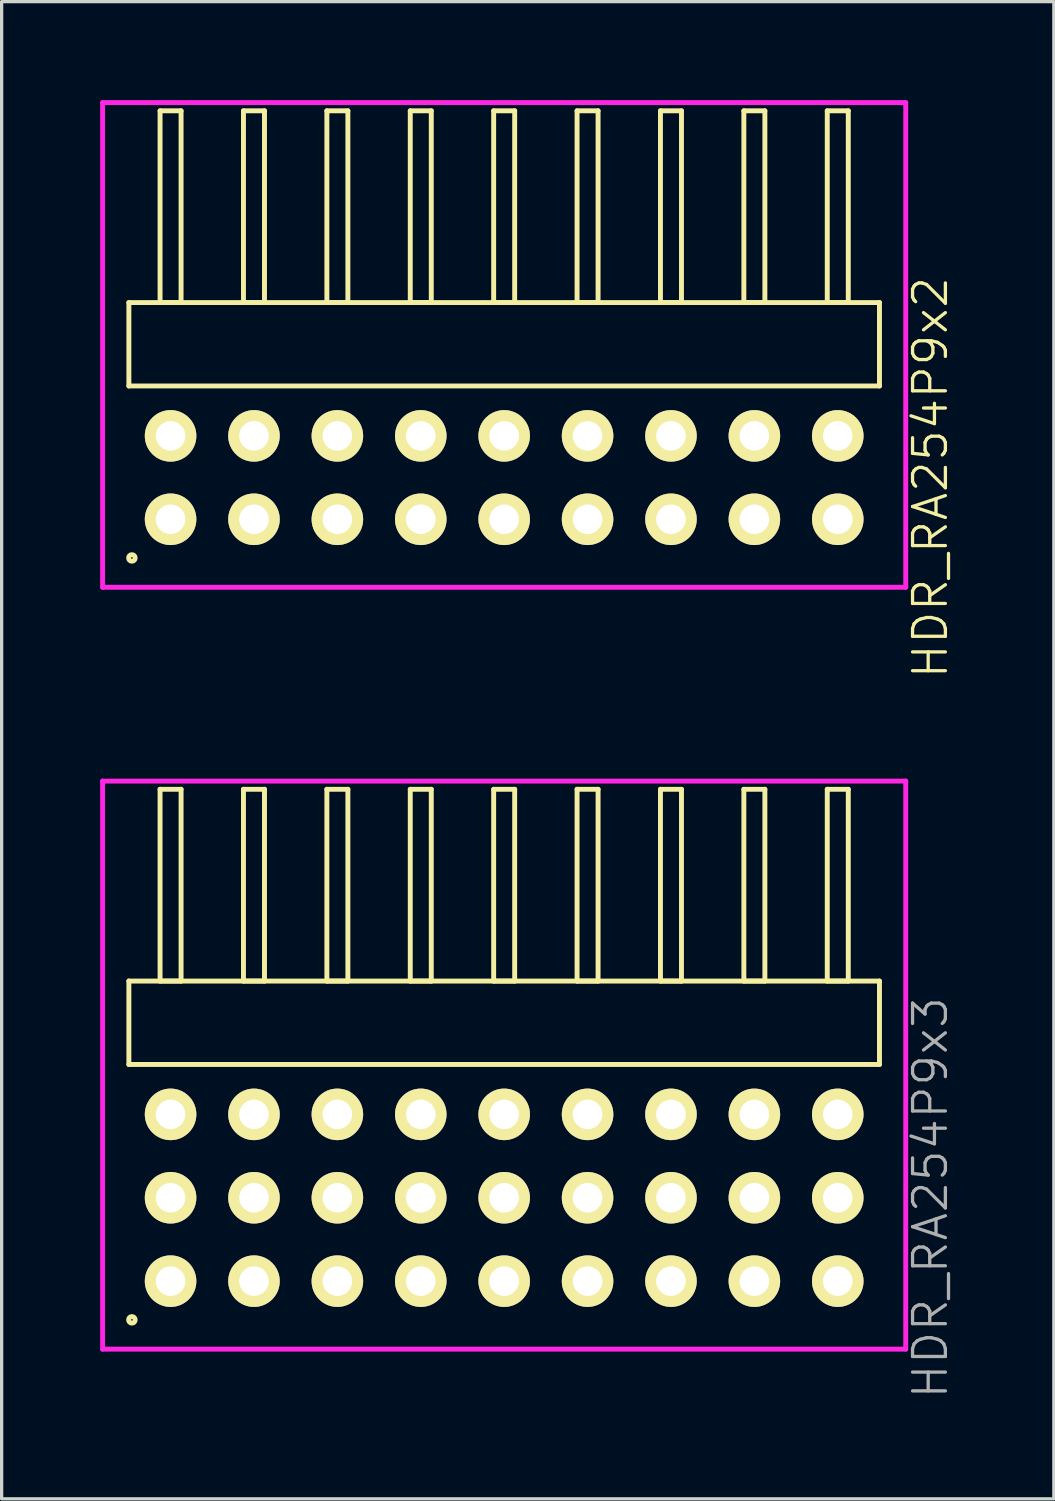
<source format=kicad_pcb>
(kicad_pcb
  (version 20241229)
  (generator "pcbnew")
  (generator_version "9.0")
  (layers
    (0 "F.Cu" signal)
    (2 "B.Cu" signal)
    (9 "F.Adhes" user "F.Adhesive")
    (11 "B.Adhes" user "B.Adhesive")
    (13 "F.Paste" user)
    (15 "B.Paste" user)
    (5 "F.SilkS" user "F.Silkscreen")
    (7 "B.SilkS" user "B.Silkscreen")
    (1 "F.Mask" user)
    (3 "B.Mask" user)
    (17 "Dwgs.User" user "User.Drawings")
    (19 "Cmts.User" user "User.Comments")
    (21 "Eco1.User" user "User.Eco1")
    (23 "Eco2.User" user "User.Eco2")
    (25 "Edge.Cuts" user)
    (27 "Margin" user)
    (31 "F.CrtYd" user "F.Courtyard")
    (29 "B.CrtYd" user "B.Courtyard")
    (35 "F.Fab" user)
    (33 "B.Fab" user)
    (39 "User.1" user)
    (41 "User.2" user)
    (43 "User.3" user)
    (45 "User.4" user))
  (footprint "HDR_RA254P9x3"
    (layer "F.Cu")
    (at 12.305 33.429)
    (property "Reference" "HDR_RA254P9x3" (at 12.98 0 90) (layer "F.Fab") (effects (font (size 1 1) (thickness 0.1))))
    (attr through_hole)
    (fp_line (start -11.43 -6.6) (end -11.43 -4.06) (stroke (width 0.15) (type solid)) (layer "F.SilkS"))
    (fp_line (start -11.43 -4.06) (end 11.43 -4.06) (stroke (width 0.15) (type solid)) (layer "F.SilkS"))
    (fp_line (start -10.48 -12.44) (end -10.48 -6.6) (stroke (width 0.15) (type solid)) (layer "F.SilkS"))
    (fp_line (start -10.48 -6.6) (end -9.84 -6.6) (stroke (width 0.15) (type solid)) (layer "F.SilkS"))
    (fp_line (start -9.84 -12.44) (end -10.48 -12.44) (stroke (width 0.15) (type solid)) (layer "F.SilkS"))
    (fp_line (start -9.84 -6.6) (end -9.84 -12.44) (stroke (width 0.15) (type solid)) (layer "F.SilkS"))
    (fp_line (start -7.94 -12.44) (end -7.94 -6.6) (stroke (width 0.15) (type solid)) (layer "F.SilkS"))
    (fp_line (start -7.94 -6.6) (end -7.3 -6.6) (stroke (width 0.15) (type solid)) (layer "F.SilkS"))
    (fp_line (start -7.3 -12.44) (end -7.94 -12.44) (stroke (width 0.15) (type solid)) (layer "F.SilkS"))
    (fp_line (start -7.3 -6.6) (end -7.3 -12.44) (stroke (width 0.15) (type solid)) (layer "F.SilkS"))
    (fp_line (start -5.4 -12.44) (end -5.4 -6.6) (stroke (width 0.15) (type solid)) (layer "F.SilkS"))
    (fp_line (start -5.4 -6.6) (end -4.76 -6.6) (stroke (width 0.15) (type solid)) (layer "F.SilkS"))
    (fp_line (start -4.76 -12.44) (end -5.4 -12.44) (stroke (width 0.15) (type solid)) (layer "F.SilkS"))
    (fp_line (start -4.76 -6.6) (end -4.76 -12.44) (stroke (width 0.15) (type solid)) (layer "F.SilkS"))
    (fp_line (start -2.86 -12.44) (end -2.86 -6.6) (stroke (width 0.15) (type solid)) (layer "F.SilkS"))
    (fp_line (start -2.86 -6.6) (end -2.22 -6.6) (stroke (width 0.15) (type solid)) (layer "F.SilkS"))
    (fp_line (start -2.22 -12.44) (end -2.86 -12.44) (stroke (width 0.15) (type solid)) (layer "F.SilkS"))
    (fp_line (start -2.22 -6.6) (end -2.22 -12.44) (stroke (width 0.15) (type solid)) (layer "F.SilkS"))
    (fp_line (start -0.32 -12.44) (end -0.32 -6.6) (stroke (width 0.15) (type solid)) (layer "F.SilkS"))
    (fp_line (start -0.32 -6.6) (end 0.32 -6.6) (stroke (width 0.15) (type solid)) (layer "F.SilkS"))
    (fp_line (start 0.32 -12.44) (end -0.32 -12.44) (stroke (width 0.15) (type solid)) (layer "F.SilkS"))
    (fp_line (start 0.32 -6.6) (end 0.32 -12.44) (stroke (width 0.15) (type solid)) (layer "F.SilkS"))
    (fp_line (start 2.22 -12.44) (end 2.22 -6.6) (stroke (width 0.15) (type solid)) (layer "F.SilkS"))
    (fp_line (start 2.22 -6.6) (end 2.86 -6.6) (stroke (width 0.15) (type solid)) (layer "F.SilkS"))
    (fp_line (start 2.86 -12.44) (end 2.22 -12.44) (stroke (width 0.15) (type solid)) (layer "F.SilkS"))
    (fp_line (start 2.86 -6.6) (end 2.86 -12.44) (stroke (width 0.15) (type solid)) (layer "F.SilkS"))
    (fp_line (start 4.76 -12.44) (end 4.76 -6.6) (stroke (width 0.15) (type solid)) (layer "F.SilkS"))
    (fp_line (start 4.76 -6.6) (end 5.4 -6.6) (stroke (width 0.15) (type solid)) (layer "F.SilkS"))
    (fp_line (start 5.4 -12.44) (end 4.76 -12.44) (stroke (width 0.15) (type solid)) (layer "F.SilkS"))
    (fp_line (start 5.4 -6.6) (end 5.4 -12.44) (stroke (width 0.15) (type solid)) (layer "F.SilkS"))
    (fp_line (start 7.3 -12.44) (end 7.3 -6.6) (stroke (width 0.15) (type solid)) (layer "F.SilkS"))
    (fp_line (start 7.3 -6.6) (end 7.94 -6.6) (stroke (width 0.15) (type solid)) (layer "F.SilkS"))
    (fp_line (start 7.94 -12.44) (end 7.3 -12.44) (stroke (width 0.15) (type solid)) (layer "F.SilkS"))
    (fp_line (start 7.94 -6.6) (end 7.94 -12.44) (stroke (width 0.15) (type solid)) (layer "F.SilkS"))
    (fp_line (start 9.84 -12.44) (end 9.84 -6.6) (stroke (width 0.15) (type solid)) (layer "F.SilkS"))
    (fp_line (start 9.84 -6.6) (end 10.48 -6.6) (stroke (width 0.15) (type solid)) (layer "F.SilkS"))
    (fp_line (start 10.48 -12.44) (end 9.84 -12.44) (stroke (width 0.15) (type solid)) (layer "F.SilkS"))
    (fp_line (start 10.48 -6.6) (end 10.48 -12.44) (stroke (width 0.15) (type solid)) (layer "F.SilkS"))
    (fp_line (start 11.43 -6.6) (end -11.43 -6.6) (stroke (width 0.15) (type solid)) (layer "F.SilkS"))
    (fp_line (start 11.43 -4.06) (end 11.43 -6.6) (stroke (width 0.15) (type solid)) (layer "F.SilkS"))
    (fp_circle (center -11.338 3.718) (end -11.238 3.718) (stroke (width 0.15) (type solid)) (fill no) (layer "F.SilkS"))
    (fp_line (start -12.23 -12.69) (end -12.23 4.61) (stroke (width 0.15) (type solid)) (layer "F.CrtYd"))
    (fp_line (start -12.23 4.61) (end 12.23 4.61) (stroke (width 0.15) (type solid)) (layer "F.CrtYd"))
    (fp_line (start 12.23 -12.69) (end -12.23 -12.69) (stroke (width 0.15) (type solid)) (layer "F.CrtYd"))
    (fp_line (start 12.23 4.61) (end 12.23 -12.69) (stroke (width 0.15) (type solid)) (layer "F.CrtYd"))
    (pad "1" thru_hole oval (at -10.16 2.54) (size 1.57 1.57) (drill 0.9) (layers "*.Cu" "*.Mask" "F.SilkS"))
    (pad "2" thru_hole oval (at -10.16 0) (size 1.57 1.57) (drill 0.9) (layers "*.Cu" "*.Mask" "F.SilkS"))
    (pad "3" thru_hole oval (at -10.16 -2.54) (size 1.57 1.57) (drill 0.9) (layers "*.Cu" "*.Mask" "F.SilkS"))
    (pad "4" thru_hole oval (at -7.62 2.54) (size 1.57 1.57) (drill 0.9) (layers "*.Cu" "*.Mask" "F.SilkS"))
    (pad "5" thru_hole oval (at -7.62 0) (size 1.57 1.57) (drill 0.9) (layers "*.Cu" "*.Mask" "F.SilkS"))
    (pad "6" thru_hole oval (at -7.62 -2.54) (size 1.57 1.57) (drill 0.9) (layers "*.Cu" "*.Mask" "F.SilkS"))
    (pad "7" thru_hole oval (at -5.08 2.54) (size 1.57 1.57) (drill 0.9) (layers "*.Cu" "*.Mask" "F.SilkS"))
    (pad "8" thru_hole oval (at -5.08 0) (size 1.57 1.57) (drill 0.9) (layers "*.Cu" "*.Mask" "F.SilkS"))
    (pad "9" thru_hole oval (at -5.08 -2.54) (size 1.57 1.57) (drill 0.9) (layers "*.Cu" "*.Mask" "F.SilkS"))
    (pad "10" thru_hole oval (at -2.54 2.54) (size 1.57 1.57) (drill 0.9) (layers "*.Cu" "*.Mask" "F.SilkS"))
    (pad "11" thru_hole oval (at -2.54 0) (size 1.57 1.57) (drill 0.9) (layers "*.Cu" "*.Mask" "F.SilkS"))
    (pad "12" thru_hole oval (at -2.54 -2.54) (size 1.57 1.57) (drill 0.9) (layers "*.Cu" "*.Mask" "F.SilkS"))
    (pad "13" thru_hole oval (at 0 2.54) (size 1.57 1.57) (drill 0.9) (layers "*.Cu" "*.Mask" "F.SilkS"))
    (pad "14" thru_hole oval (at 0 0) (size 1.57 1.57) (drill 0.9) (layers "*.Cu" "*.Mask" "F.SilkS"))
    (pad "15" thru_hole oval (at 0 -2.54) (size 1.57 1.57) (drill 0.9) (layers "*.Cu" "*.Mask" "F.SilkS"))
    (pad "16" thru_hole oval (at 2.54 2.54) (size 1.57 1.57) (drill 0.9) (layers "*.Cu" "*.Mask" "F.SilkS"))
    (pad "17" thru_hole oval (at 2.54 0) (size 1.57 1.57) (drill 0.9) (layers "*.Cu" "*.Mask" "F.SilkS"))
    (pad "18" thru_hole oval (at 2.54 -2.54) (size 1.57 1.57) (drill 0.9) (layers "*.Cu" "*.Mask" "F.SilkS"))
    (pad "19" thru_hole oval (at 5.08 2.54) (size 1.57 1.57) (drill 0.9) (layers "*.Cu" "*.Mask" "F.SilkS"))
    (pad "20" thru_hole oval (at 5.08 0) (size 1.57 1.57) (drill 0.9) (layers "*.Cu" "*.Mask" "F.SilkS"))
    (pad "21" thru_hole oval (at 5.08 -2.54) (size 1.57 1.57) (drill 0.9) (layers "*.Cu" "*.Mask" "F.SilkS"))
    (pad "22" thru_hole oval (at 7.62 2.54) (size 1.57 1.57) (drill 0.9) (layers "*.Cu" "*.Mask" "F.SilkS"))
    (pad "23" thru_hole oval (at 7.62 0) (size 1.57 1.57) (drill 0.9) (layers "*.Cu" "*.Mask" "F.SilkS"))
    (pad "24" thru_hole oval (at 7.62 -2.54) (size 1.57 1.57) (drill 0.9) (layers "*.Cu" "*.Mask" "F.SilkS"))
    (pad "25" thru_hole oval (at 10.16 2.54) (size 1.57 1.57) (drill 0.9) (layers "*.Cu" "*.Mask" "F.SilkS"))
    (pad "26" thru_hole oval (at 10.16 0) (size 1.57 1.57) (drill 0.9) (layers "*.Cu" "*.Mask" "F.SilkS"))
    (pad "27" thru_hole oval (at 10.16 -2.54) (size 1.57 1.57) (drill 0.9) (layers "*.Cu" "*.Mask" "F.SilkS")))
  (footprint "HDR_RA254P9x2"
    (layer "F.Cu")
    (at 12.305 11.495)
    (property "Reference" "HDR_RA254P9x2" (at 12.98 0 90) (layer "F.SilkS") (effects (font (size 1 1) (thickness 0.1))))
    (attr through_hole)
    (fp_line (start -11.43 -5.33) (end -11.43 -2.79) (stroke (width 0.15) (type solid)) (layer "F.SilkS"))
    (fp_line (start -11.43 -2.79) (end 11.43 -2.79) (stroke (width 0.15) (type solid)) (layer "F.SilkS"))
    (fp_line (start -10.48 -11.17) (end -10.48 -5.33) (stroke (width 0.15) (type solid)) (layer "F.SilkS"))
    (fp_line (start -10.48 -5.33) (end -9.84 -5.33) (stroke (width 0.15) (type solid)) (layer "F.SilkS"))
    (fp_line (start -9.84 -11.17) (end -10.48 -11.17) (stroke (width 0.15) (type solid)) (layer "F.SilkS"))
    (fp_line (start -9.84 -5.33) (end -9.84 -11.17) (stroke (width 0.15) (type solid)) (layer "F.SilkS"))
    (fp_line (start -7.94 -11.17) (end -7.94 -5.33) (stroke (width 0.15) (type solid)) (layer "F.SilkS"))
    (fp_line (start -7.94 -5.33) (end -7.3 -5.33) (stroke (width 0.15) (type solid)) (layer "F.SilkS"))
    (fp_line (start -7.3 -11.17) (end -7.94 -11.17) (stroke (width 0.15) (type solid)) (layer "F.SilkS"))
    (fp_line (start -7.3 -5.33) (end -7.3 -11.17) (stroke (width 0.15) (type solid)) (layer "F.SilkS"))
    (fp_line (start -5.4 -11.17) (end -5.4 -5.33) (stroke (width 0.15) (type solid)) (layer "F.SilkS"))
    (fp_line (start -5.4 -5.33) (end -4.76 -5.33) (stroke (width 0.15) (type solid)) (layer "F.SilkS"))
    (fp_line (start -4.76 -11.17) (end -5.4 -11.17) (stroke (width 0.15) (type solid)) (layer "F.SilkS"))
    (fp_line (start -4.76 -5.33) (end -4.76 -11.17) (stroke (width 0.15) (type solid)) (layer "F.SilkS"))
    (fp_line (start -2.86 -11.17) (end -2.86 -5.33) (stroke (width 0.15) (type solid)) (layer "F.SilkS"))
    (fp_line (start -2.86 -5.33) (end -2.22 -5.33) (stroke (width 0.15) (type solid)) (layer "F.SilkS"))
    (fp_line (start -2.22 -11.17) (end -2.86 -11.17) (stroke (width 0.15) (type solid)) (layer "F.SilkS"))
    (fp_line (start -2.22 -5.33) (end -2.22 -11.17) (stroke (width 0.15) (type solid)) (layer "F.SilkS"))
    (fp_line (start -0.32 -11.17) (end -0.32 -5.33) (stroke (width 0.15) (type solid)) (layer "F.SilkS"))
    (fp_line (start -0.32 -5.33) (end 0.32 -5.33) (stroke (width 0.15) (type solid)) (layer "F.SilkS"))
    (fp_line (start 0.32 -11.17) (end -0.32 -11.17) (stroke (width 0.15) (type solid)) (layer "F.SilkS"))
    (fp_line (start 0.32 -5.33) (end 0.32 -11.17) (stroke (width 0.15) (type solid)) (layer "F.SilkS"))
    (fp_line (start 2.22 -11.17) (end 2.22 -5.33) (stroke (width 0.15) (type solid)) (layer "F.SilkS"))
    (fp_line (start 2.22 -5.33) (end 2.86 -5.33) (stroke (width 0.15) (type solid)) (layer "F.SilkS"))
    (fp_line (start 2.86 -11.17) (end 2.22 -11.17) (stroke (width 0.15) (type solid)) (layer "F.SilkS"))
    (fp_line (start 2.86 -5.33) (end 2.86 -11.17) (stroke (width 0.15) (type solid)) (layer "F.SilkS"))
    (fp_line (start 4.76 -11.17) (end 4.76 -5.33) (stroke (width 0.15) (type solid)) (layer "F.SilkS"))
    (fp_line (start 4.76 -5.33) (end 5.4 -5.33) (stroke (width 0.15) (type solid)) (layer "F.SilkS"))
    (fp_line (start 5.4 -11.17) (end 4.76 -11.17) (stroke (width 0.15) (type solid)) (layer "F.SilkS"))
    (fp_line (start 5.4 -5.33) (end 5.4 -11.17) (stroke (width 0.15) (type solid)) (layer "F.SilkS"))
    (fp_line (start 7.3 -11.17) (end 7.3 -5.33) (stroke (width 0.15) (type solid)) (layer "F.SilkS"))
    (fp_line (start 7.3 -5.33) (end 7.94 -5.33) (stroke (width 0.15) (type solid)) (layer "F.SilkS"))
    (fp_line (start 7.94 -11.17) (end 7.3 -11.17) (stroke (width 0.15) (type solid)) (layer "F.SilkS"))
    (fp_line (start 7.94 -5.33) (end 7.94 -11.17) (stroke (width 0.15) (type solid)) (layer "F.SilkS"))
    (fp_line (start 9.84 -11.17) (end 9.84 -5.33) (stroke (width 0.15) (type solid)) (layer "F.SilkS"))
    (fp_line (start 9.84 -5.33) (end 10.48 -5.33) (stroke (width 0.15) (type solid)) (layer "F.SilkS"))
    (fp_line (start 10.48 -11.17) (end 9.84 -11.17) (stroke (width 0.15) (type solid)) (layer "F.SilkS"))
    (fp_line (start 10.48 -5.33) (end 10.48 -11.17) (stroke (width 0.15) (type solid)) (layer "F.SilkS"))
    (fp_line (start 11.43 -5.33) (end -11.43 -5.33) (stroke (width 0.15) (type solid)) (layer "F.SilkS"))
    (fp_line (start 11.43 -2.79) (end 11.43 -5.33) (stroke (width 0.15) (type solid)) (layer "F.SilkS"))
    (fp_circle (center -11.338 2.448) (end -11.238 2.448) (stroke (width 0.15) (type solid)) (fill no) (layer "F.SilkS"))
    (fp_line (start -12.23 -11.42) (end -12.23 3.34) (stroke (width 0.15) (type solid)) (layer "F.CrtYd"))
    (fp_line (start -12.23 3.34) (end 12.23 3.34) (stroke (width 0.15) (type solid)) (layer "F.CrtYd"))
    (fp_line (start 12.23 -11.42) (end -12.23 -11.42) (stroke (width 0.15) (type solid)) (layer "F.CrtYd"))
    (fp_line (start 12.23 3.34) (end 12.23 -11.42) (stroke (width 0.15) (type solid)) (layer "F.CrtYd"))
    (pad "1" thru_hole oval (at -10.16 1.27) (size 1.57 1.57) (drill 0.9) (layers "*.Cu" "*.Mask" "F.SilkS"))
    (pad "2" thru_hole oval (at -10.16 -1.27) (size 1.57 1.57) (drill 0.9) (layers "*.Cu" "*.Mask" "F.SilkS"))
    (pad "3" thru_hole oval (at -7.62 1.27) (size 1.57 1.57) (drill 0.9) (layers "*.Cu" "*.Mask" "F.SilkS"))
    (pad "4" thru_hole oval (at -7.62 -1.27) (size 1.57 1.57) (drill 0.9) (layers "*.Cu" "*.Mask" "F.SilkS"))
    (pad "5" thru_hole oval (at -5.08 1.27) (size 1.57 1.57) (drill 0.9) (layers "*.Cu" "*.Mask" "F.SilkS"))
    (pad "6" thru_hole oval (at -5.08 -1.27) (size 1.57 1.57) (drill 0.9) (layers "*.Cu" "*.Mask" "F.SilkS"))
    (pad "7" thru_hole oval (at -2.54 1.27) (size 1.57 1.57) (drill 0.9) (layers "*.Cu" "*.Mask" "F.SilkS"))
    (pad "8" thru_hole oval (at -2.54 -1.27) (size 1.57 1.57) (drill 0.9) (layers "*.Cu" "*.Mask" "F.SilkS"))
    (pad "9" thru_hole oval (at 0 1.27) (size 1.57 1.57) (drill 0.9) (layers "*.Cu" "*.Mask" "F.SilkS"))
    (pad "10" thru_hole oval (at 0 -1.27) (size 1.57 1.57) (drill 0.9) (layers "*.Cu" "*.Mask" "F.SilkS"))
    (pad "11" thru_hole oval (at 2.54 1.27) (size 1.57 1.57) (drill 0.9) (layers "*.Cu" "*.Mask" "F.SilkS"))
    (pad "12" thru_hole oval (at 2.54 -1.27) (size 1.57 1.57) (drill 0.9) (layers "*.Cu" "*.Mask" "F.SilkS"))
    (pad "13" thru_hole oval (at 5.08 1.27) (size 1.57 1.57) (drill 0.9) (layers "*.Cu" "*.Mask" "F.SilkS"))
    (pad "14" thru_hole oval (at 5.08 -1.27) (size 1.57 1.57) (drill 0.9) (layers "*.Cu" "*.Mask" "F.SilkS"))
    (pad "15" thru_hole oval (at 7.62 1.27) (size 1.57 1.57) (drill 0.9) (layers "*.Cu" "*.Mask" "F.SilkS"))
    (pad "16" thru_hole oval (at 7.62 -1.27) (size 1.57 1.57) (drill 0.9) (layers "*.Cu" "*.Mask" "F.SilkS"))
    (pad "17" thru_hole oval (at 10.16 1.27) (size 1.57 1.57) (drill 0.9) (layers "*.Cu" "*.Mask" "F.SilkS"))
    (pad "18" thru_hole oval (at 10.16 -1.27) (size 1.57 1.57) (drill 0.9) (layers "*.Cu" "*.Mask" "F.SilkS")))
  (gr_rect
    (start -3 -3)
    (end 29.046 42.598)
    (stroke (width 0.1) (type default))
    (fill no)
    (layer "Edge.Cuts")))
</source>
